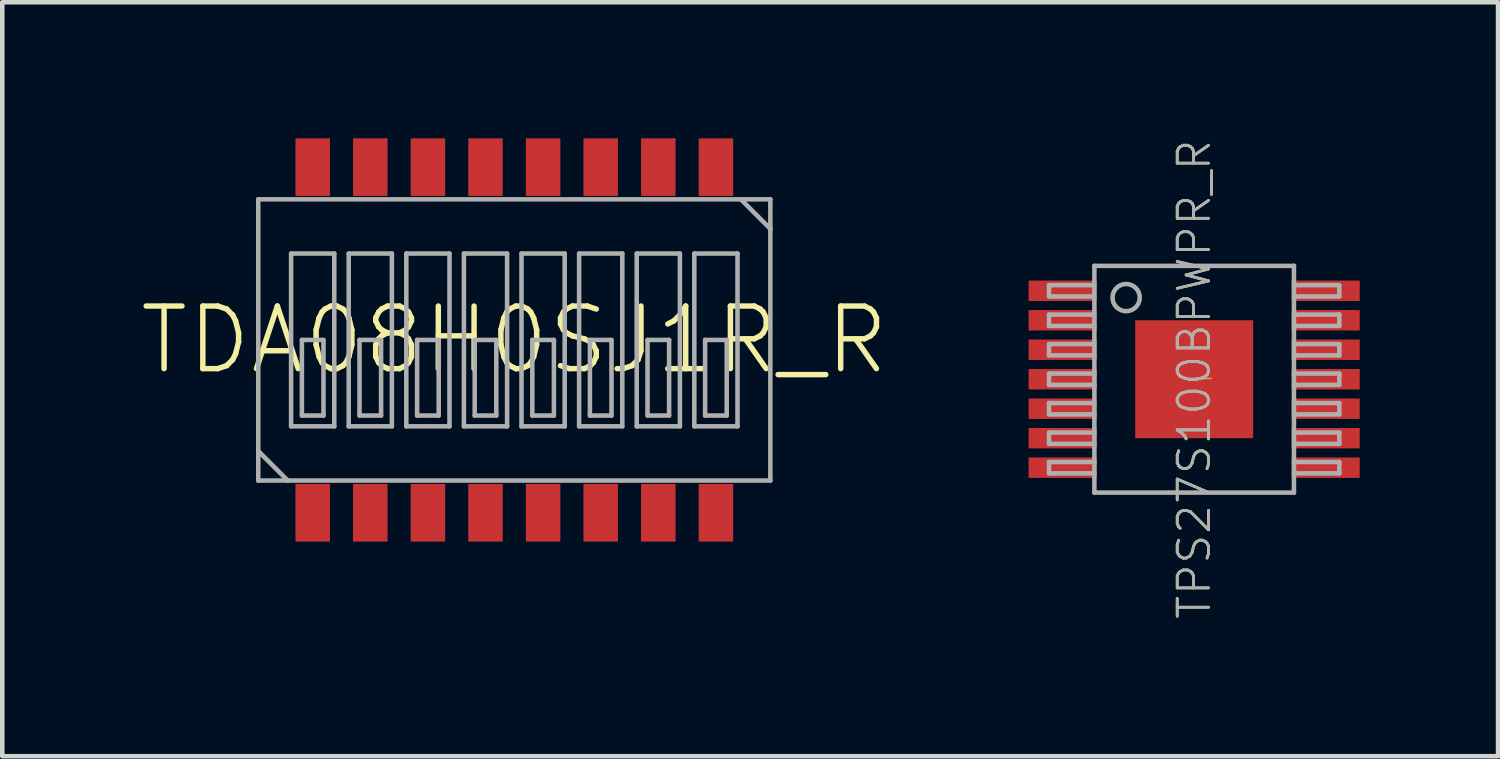
<source format=kicad_pcb>
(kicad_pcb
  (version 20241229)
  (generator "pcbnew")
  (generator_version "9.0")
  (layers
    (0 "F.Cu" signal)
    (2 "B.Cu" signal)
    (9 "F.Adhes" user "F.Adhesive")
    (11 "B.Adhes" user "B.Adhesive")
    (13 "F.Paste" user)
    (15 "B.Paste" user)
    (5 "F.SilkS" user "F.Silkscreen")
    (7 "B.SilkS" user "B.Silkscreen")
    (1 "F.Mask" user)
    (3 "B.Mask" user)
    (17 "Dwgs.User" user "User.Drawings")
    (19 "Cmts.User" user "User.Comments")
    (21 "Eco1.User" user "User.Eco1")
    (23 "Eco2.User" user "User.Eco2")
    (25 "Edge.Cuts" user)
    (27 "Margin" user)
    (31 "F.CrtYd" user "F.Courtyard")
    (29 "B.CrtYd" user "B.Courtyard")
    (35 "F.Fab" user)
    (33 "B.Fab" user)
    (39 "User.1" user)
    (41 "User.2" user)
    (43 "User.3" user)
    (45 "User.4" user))
  (footprint "TPS27S100BPWPR_R"
    (layer "F.Cu")
    (at 23.278 5.311)
    (property "Reference" "TPS27S100BPWPR_R" (at 0 0 0) (unlocked yes) (layer "F.SilkS") (effects (font (size 0.025 0.025) (thickness 0.15)) (justify left bottom)))
    (property "Value" "TPS27S100BPWPR_R" (at 0 0 0) (unlocked yes) (layer "F.Fab") (hide yes) (effects (font (size 0.025 0.025) (thickness 0.15)) (justify left bottom)))
    (fp_poly (pts (xy -3.7 -1.675) (xy -2.1 -1.675) (xy -2.1 -2.225) (xy -3.7 -2.225)) (stroke (width 0) (type default)) (fill yes) (layer "F.Mask"))
    (fp_poly (pts (xy -3.7 -1.025) (xy -2.1 -1.025) (xy -2.1 -1.575) (xy -3.7 -1.575)) (stroke (width 0) (type default)) (fill yes) (layer "F.Mask"))
    (fp_poly (pts (xy -3.7 -0.375) (xy -2.1 -0.375) (xy -2.1 -0.925) (xy -3.7 -0.925)) (stroke (width 0) (type default)) (fill yes) (layer "F.Mask"))
    (fp_poly (pts (xy -3.7 0.275) (xy -2.1 0.275) (xy -2.1 -0.275) (xy -3.7 -0.275)) (stroke (width 0) (type default)) (fill yes) (layer "F.Mask"))
    (fp_poly (pts (xy -3.7 0.925) (xy -2.1 0.925) (xy -2.1 0.375) (xy -3.7 0.375)) (stroke (width 0) (type default)) (fill yes) (layer "F.Mask"))
    (fp_poly (pts (xy -3.7 1.575) (xy -2.1 1.575) (xy -2.1 1.025) (xy -3.7 1.025)) (stroke (width 0) (type default)) (fill yes) (layer "F.Mask"))
    (fp_poly (pts (xy -3.7 2.225) (xy -2.1 2.225) (xy -2.1 1.675) (xy -3.7 1.675)) (stroke (width 0) (type default)) (fill yes) (layer "F.Mask"))
    (fp_poly (pts (xy -1.3 1.3) (xy 1.3 1.3) (xy 1.3 -1.3) (xy -1.3 -1.3)) (stroke (width 0) (type default)) (fill yes) (layer "F.Mask"))
    (fp_poly (pts (xy 3.7 -2.225) (xy 2.1 -2.225) (xy 2.1 -1.675) (xy 3.7 -1.675)) (stroke (width 0) (type default)) (fill yes) (layer "F.Mask"))
    (fp_poly (pts (xy 3.7 -1.575) (xy 2.1 -1.575) (xy 2.1 -1.025) (xy 3.7 -1.025)) (stroke (width 0) (type default)) (fill yes) (layer "F.Mask"))
    (fp_poly (pts (xy 3.7 -0.925) (xy 2.1 -0.925) (xy 2.1 -0.375) (xy 3.7 -0.375)) (stroke (width 0) (type default)) (fill yes) (layer "F.Mask"))
    (fp_poly (pts (xy 3.7 -0.275) (xy 2.1 -0.275) (xy 2.1 0.275) (xy 3.7 0.275)) (stroke (width 0) (type default)) (fill yes) (layer "F.Mask"))
    (fp_poly (pts (xy 3.7 0.375) (xy 2.1 0.375) (xy 2.1 0.925) (xy 3.7 0.925)) (stroke (width 0) (type default)) (fill yes) (layer "F.Mask"))
    (fp_poly (pts (xy 3.7 1.025) (xy 2.1 1.025) (xy 2.1 1.575) (xy 3.7 1.575)) (stroke (width 0) (type default)) (fill yes) (layer "F.Mask"))
    (fp_poly (pts (xy 3.7 1.675) (xy 2.1 1.675) (xy 2.1 2.225) (xy 3.7 2.225)) (stroke (width 0) (type default)) (fill yes) (layer "F.Mask"))
    (fp_poly (pts (xy -2.15 -1.725) (xy -3.65 -1.725) (xy -3.65 -2.175) (xy -2.15 -2.175)) (stroke (width 0) (type default)) (fill yes) (layer "F.Paste"))
    (fp_poly (pts (xy -2.15 -1.075) (xy -3.65 -1.075) (xy -3.65 -1.525) (xy -2.15 -1.525)) (stroke (width 0) (type default)) (fill yes) (layer "F.Paste"))
    (fp_poly (pts (xy -2.15 -0.425) (xy -3.65 -0.425) (xy -3.65 -0.875) (xy -2.15 -0.875)) (stroke (width 0) (type default)) (fill yes) (layer "F.Paste"))
    (fp_poly (pts (xy -2.15 0.225) (xy -3.65 0.225) (xy -3.65 -0.225) (xy -2.15 -0.225)) (stroke (width 0) (type default)) (fill yes) (layer "F.Paste"))
    (fp_poly (pts (xy -2.15 0.875) (xy -3.65 0.875) (xy -3.65 0.425) (xy -2.15 0.425)) (stroke (width 0) (type default)) (fill yes) (layer "F.Paste"))
    (fp_poly (pts (xy -2.15 1.525) (xy -3.65 1.525) (xy -3.65 1.075) (xy -2.15 1.075)) (stroke (width 0) (type default)) (fill yes) (layer "F.Paste"))
    (fp_poly (pts (xy -2.15 2.175) (xy -3.65 2.175) (xy -3.65 1.725) (xy -2.15 1.725)) (stroke (width 0) (type default)) (fill yes) (layer "F.Paste"))
    (fp_poly (pts (xy 3.65 -1.725) (xy 2.15 -1.725) (xy 2.15 -2.175) (xy 3.65 -2.175)) (stroke (width 0) (type default)) (fill yes) (layer "F.Paste"))
    (fp_poly (pts (xy 3.65 -1.075) (xy 2.15 -1.075) (xy 2.15 -1.525) (xy 3.65 -1.525)) (stroke (width 0) (type default)) (fill yes) (layer "F.Paste"))
    (fp_poly (pts (xy 3.65 -0.425) (xy 2.15 -0.425) (xy 2.15 -0.875) (xy 3.65 -0.875)) (stroke (width 0) (type default)) (fill yes) (layer "F.Paste"))
    (fp_poly (pts (xy 3.65 0.225) (xy 2.15 0.225) (xy 2.15 -0.225) (xy 3.65 -0.225)) (stroke (width 0) (type default)) (fill yes) (layer "F.Paste"))
    (fp_poly (pts (xy 3.65 0.875) (xy 2.15 0.875) (xy 2.15 0.425) (xy 3.65 0.425)) (stroke (width 0) (type default)) (fill yes) (layer "F.Paste"))
    (fp_poly (pts (xy 3.65 1.525) (xy 2.15 1.525) (xy 2.15 1.075) (xy 3.65 1.075)) (stroke (width 0) (type default)) (fill yes) (layer "F.Paste"))
    (fp_poly (pts (xy 3.65 2.175) (xy 2.15 2.175) (xy 2.15 1.725) (xy 3.65 1.725)) (stroke (width 0) (type default)) (fill yes) (layer "F.Paste"))
    (fp_line (start -3.2 -2.075) (end -3.2 -1.825) (stroke (width 0.1) (type solid)) (layer "F.Fab"))
    (fp_line (start -3.2 -2.075) (end -2.2 -2.075) (stroke (width 0.1) (type solid)) (layer "F.Fab"))
    (fp_line (start -3.2 -1.825) (end -2.2 -1.825) (stroke (width 0.1) (type solid)) (layer "F.Fab"))
    (fp_line (start -3.2 -1.425) (end -3.2 -1.175) (stroke (width 0.1) (type solid)) (layer "F.Fab"))
    (fp_line (start -3.2 -1.425) (end -2.2 -1.425) (stroke (width 0.1) (type solid)) (layer "F.Fab"))
    (fp_line (start -3.2 -1.175) (end -2.2 -1.175) (stroke (width 0.1) (type solid)) (layer "F.Fab"))
    (fp_line (start -3.2 -0.775) (end -3.2 -0.525) (stroke (width 0.1) (type solid)) (layer "F.Fab"))
    (fp_line (start -3.2 -0.775) (end -2.2 -0.775) (stroke (width 0.1) (type solid)) (layer "F.Fab"))
    (fp_line (start -3.2 -0.525) (end -2.2 -0.525) (stroke (width 0.1) (type solid)) (layer "F.Fab"))
    (fp_line (start -3.2 -0.125) (end -3.2 0.125) (stroke (width 0.1) (type solid)) (layer "F.Fab"))
    (fp_line (start -3.2 -0.125) (end -2.2 -0.125) (stroke (width 0.1) (type solid)) (layer "F.Fab"))
    (fp_line (start -3.2 0.125) (end -2.2 0.125) (stroke (width 0.1) (type solid)) (layer "F.Fab"))
    (fp_line (start -3.2 0.525) (end -3.2 0.775) (stroke (width 0.1) (type solid)) (layer "F.Fab"))
    (fp_line (start -3.2 0.525) (end -2.2 0.525) (stroke (width 0.1) (type solid)) (layer "F.Fab"))
    (fp_line (start -3.2 0.775) (end -2.2 0.775) (stroke (width 0.1) (type solid)) (layer "F.Fab"))
    (fp_line (start -3.2 1.175) (end -3.2 1.425) (stroke (width 0.1) (type solid)) (layer "F.Fab"))
    (fp_line (start -3.2 1.175) (end -2.2 1.175) (stroke (width 0.1) (type solid)) (layer "F.Fab"))
    (fp_line (start -3.2 1.425) (end -2.2 1.425) (stroke (width 0.1) (type solid)) (layer "F.Fab"))
    (fp_line (start -3.2 1.825) (end -3.2 2.075) (stroke (width 0.1) (type solid)) (layer "F.Fab"))
    (fp_line (start -3.2 1.825) (end -2.2 1.825) (stroke (width 0.1) (type solid)) (layer "F.Fab"))
    (fp_line (start -3.2 2.075) (end -2.2 2.075) (stroke (width 0.1) (type solid)) (layer "F.Fab"))
    (fp_line (start -2.2 -2.5) (end -2.2 -0.125) (stroke (width 0.1) (type solid)) (layer "F.Fab"))
    (fp_line (start -2.2 -0.125) (end -2.2 0.125) (stroke (width 0.1) (type solid)) (layer "F.Fab"))
    (fp_line (start -2.2 0.125) (end -2.2 2.5) (stroke (width 0.1) (type solid)) (layer "F.Fab"))
    (fp_line (start -2.2 2.5) (end 2.2 2.5) (stroke (width 0.1) (type solid)) (layer "F.Fab"))
    (fp_line (start 2.2 -2.5) (end -2.2 -2.5) (stroke (width 0.1) (type solid)) (layer "F.Fab"))
    (fp_line (start 2.2 2.5) (end 2.2 -2.5) (stroke (width 0.1) (type solid)) (layer "F.Fab"))
    (fp_line (start 3.2 -2.075) (end 2.2 -2.075) (stroke (width 0.1) (type solid)) (layer "F.Fab"))
    (fp_line (start 3.2 -1.825) (end 2.2 -1.825) (stroke (width 0.1) (type solid)) (layer "F.Fab"))
    (fp_line (start 3.2 -1.825) (end 3.2 -2.075) (stroke (width 0.1) (type solid)) (layer "F.Fab"))
    (fp_line (start 3.2 -1.425) (end 2.2 -1.425) (stroke (width 0.1) (type solid)) (layer "F.Fab"))
    (fp_line (start 3.2 -1.175) (end 2.2 -1.175) (stroke (width 0.1) (type solid)) (layer "F.Fab"))
    (fp_line (start 3.2 -1.175) (end 3.2 -1.425) (stroke (width 0.1) (type solid)) (layer "F.Fab"))
    (fp_line (start 3.2 -0.775) (end 2.2 -0.775) (stroke (width 0.1) (type solid)) (layer "F.Fab"))
    (fp_line (start 3.2 -0.525) (end 2.2 -0.525) (stroke (width 0.1) (type solid)) (layer "F.Fab"))
    (fp_line (start 3.2 -0.525) (end 3.2 -0.775) (stroke (width 0.1) (type solid)) (layer "F.Fab"))
    (fp_line (start 3.2 -0.125) (end 2.2 -0.125) (stroke (width 0.1) (type solid)) (layer "F.Fab"))
    (fp_line (start 3.2 0.125) (end 2.2 0.125) (stroke (width 0.1) (type solid)) (layer "F.Fab"))
    (fp_line (start 3.2 0.125) (end 3.2 -0.125) (stroke (width 0.1) (type solid)) (layer "F.Fab"))
    (fp_line (start 3.2 0.525) (end 2.2 0.525) (stroke (width 0.1) (type solid)) (layer "F.Fab"))
    (fp_line (start 3.2 0.775) (end 2.2 0.775) (stroke (width 0.1) (type solid)) (layer "F.Fab"))
    (fp_line (start 3.2 0.775) (end 3.2 0.525) (stroke (width 0.1) (type solid)) (layer "F.Fab"))
    (fp_line (start 3.2 1.175) (end 2.2 1.175) (stroke (width 0.1) (type solid)) (layer "F.Fab"))
    (fp_line (start 3.2 1.425) (end 2.2 1.425) (stroke (width 0.1) (type solid)) (layer "F.Fab"))
    (fp_line (start 3.2 1.425) (end 3.2 1.175) (stroke (width 0.1) (type solid)) (layer "F.Fab"))
    (fp_line (start 3.2 1.825) (end 2.2 1.825) (stroke (width 0.1) (type solid)) (layer "F.Fab"))
    (fp_line (start 3.2 2.075) (end 2.2 2.075) (stroke (width 0.1) (type solid)) (layer "F.Fab"))
    (fp_line (start 3.2 2.075) (end 3.2 1.825) (stroke (width 0.1) (type solid)) (layer "F.Fab"))
    (fp_circle (center -1.5 -1.8) (end -1.2 -1.8) (stroke (width 0.1) (type solid)) (fill no) (layer "F.Fab"))
    (fp_text user "${REFERENCE}" (at 0 0 90) (layer "F.SilkS") (effects (font (size 0.69 0.69) (thickness 0.06))))
    (fp_text user "${VALUE}" (at 0 0 90) (layer "F.Fab") (effects (font (size 0.69 0.69) (thickness 0.06))))
    (pad "1" smd rect (at -2.9 -1.95) (size 1.5 0.45) (layers "F.Cu"))
    (pad "2" smd rect (at -2.9 -1.3) (size 1.5 0.45) (layers "F.Cu"))
    (pad "3" smd rect (at -2.9 -0.65) (size 1.5 0.45) (layers "F.Cu"))
    (pad "4" smd rect (at -2.9 0) (size 1.5 0.45) (layers "F.Cu"))
    (pad "5" smd rect (at -2.9 0.65) (size 1.5 0.45) (layers "F.Cu"))
    (pad "6" smd rect (at -2.9 1.3) (size 1.5 0.45) (layers "F.Cu"))
    (pad "7" smd rect (at -2.9 1.95) (size 1.5 0.45) (layers "F.Cu"))
    (pad "8" smd rect (at 2.9 1.95) (size 1.5 0.45) (layers "F.Cu"))
    (pad "9" smd rect (at 2.9 1.3) (size 1.5 0.45) (layers "F.Cu"))
    (pad "10" smd rect (at 2.9 0.65) (size 1.5 0.45) (layers "F.Cu"))
    (pad "11" smd rect (at 2.9 0) (size 1.5 0.45) (layers "F.Cu"))
    (pad "12" smd rect (at 2.9 -0.65) (size 1.5 0.45) (layers "F.Cu"))
    (pad "13" smd rect (at 2.9 -1.3) (size 1.5 0.45) (layers "F.Cu"))
    (pad "14" smd rect (at 2.9 -1.95) (size 1.5 0.45) (layers "F.Cu"))
    (pad "THERMAL" smd rect (at 0 0) (size 2.6 2.6) (layers "F.Cu")))
  (footprint "TDA08H0SJ1R_R"
    (layer "F.Cu")
    (at 8.289 4.445)
    (property "Reference" "TDA08H0SJ1R_R" (at 0 0 0) (unlocked yes) (layer "F.SilkS") (effects (font (size 1.38 1.38) (thickness 0.12))))
    (fp_poly (pts (xy -4.065 -3.175) (xy -4.825 -3.175) (xy -4.825 -4.445) (xy -4.065 -4.445)) (stroke (width 0) (type default)) (fill yes) (layer "F.Paste"))
    (fp_poly (pts (xy -4.065 4.445) (xy -4.825 4.445) (xy -4.825 3.175) (xy -4.065 3.175)) (stroke (width 0) (type default)) (fill yes) (layer "F.Paste"))
    (fp_poly (pts (xy -2.795 -3.175) (xy -3.555 -3.175) (xy -3.555 -4.445) (xy -2.795 -4.445)) (stroke (width 0) (type default)) (fill yes) (layer "F.Paste"))
    (fp_poly (pts (xy -2.795 4.445) (xy -3.555 4.445) (xy -3.555 3.175) (xy -2.795 3.175)) (stroke (width 0) (type default)) (fill yes) (layer "F.Paste"))
    (fp_poly (pts (xy -1.525 -3.175) (xy -2.285 -3.175) (xy -2.285 -4.445) (xy -1.525 -4.445)) (stroke (width 0) (type default)) (fill yes) (layer "F.Paste"))
    (fp_poly (pts (xy -1.525 4.445) (xy -2.285 4.445) (xy -2.285 3.175) (xy -1.525 3.175)) (stroke (width 0) (type default)) (fill yes) (layer "F.Paste"))
    (fp_poly (pts (xy -0.255 -3.175) (xy -1.015 -3.175) (xy -1.015 -4.445) (xy -0.255 -4.445)) (stroke (width 0) (type default)) (fill yes) (layer "F.Paste"))
    (fp_poly (pts (xy -0.255 4.445) (xy -1.015 4.445) (xy -1.015 3.175) (xy -0.255 3.175)) (stroke (width 0) (type default)) (fill yes) (layer "F.Paste"))
    (fp_poly (pts (xy 1.015 -3.175) (xy 0.255 -3.175) (xy 0.255 -4.445) (xy 1.015 -4.445)) (stroke (width 0) (type default)) (fill yes) (layer "F.Paste"))
    (fp_poly (pts (xy 1.015 4.445) (xy 0.255 4.445) (xy 0.255 3.175) (xy 1.015 3.175)) (stroke (width 0) (type default)) (fill yes) (layer "F.Paste"))
    (fp_poly (pts (xy 2.285 -3.175) (xy 1.525 -3.175) (xy 1.525 -4.445) (xy 2.285 -4.445)) (stroke (width 0) (type default)) (fill yes) (layer "F.Paste"))
    (fp_poly (pts (xy 2.285 4.445) (xy 1.525 4.445) (xy 1.525 3.175) (xy 2.285 3.175)) (stroke (width 0) (type default)) (fill yes) (layer "F.Paste"))
    (fp_poly (pts (xy 3.555 -3.175) (xy 2.795 -3.175) (xy 2.795 -4.445) (xy 3.555 -4.445)) (stroke (width 0) (type default)) (fill yes) (layer "F.Paste"))
    (fp_poly (pts (xy 3.555 4.445) (xy 2.795 4.445) (xy 2.795 3.175) (xy 3.555 3.175)) (stroke (width 0) (type default)) (fill yes) (layer "F.Paste"))
    (fp_poly (pts (xy 4.825 -3.175) (xy 4.065 -3.175) (xy 4.065 -4.445) (xy 4.825 -4.445)) (stroke (width 0) (type default)) (fill yes) (layer "F.Paste"))
    (fp_poly (pts (xy 4.825 4.445) (xy 4.065 4.445) (xy 4.065 3.175) (xy 4.825 3.175)) (stroke (width 0) (type default)) (fill yes) (layer "F.Paste"))
    (fp_line (start -5.645 -3.1) (end 4.995 -3.1) (stroke (width 0.1) (type solid)) (layer "F.Fab"))
    (fp_line (start -5.645 2.45) (end -5.645 -3.1) (stroke (width 0.1) (type solid)) (layer "F.Fab"))
    (fp_line (start -5.645 2.45) (end -4.995 3.1) (stroke (width 0.1) (type solid)) (layer "F.Fab"))
    (fp_line (start -5.645 3.1) (end -5.645 2.45) (stroke (width 0.1) (type solid)) (layer "F.Fab"))
    (fp_line (start -4.995 3.1) (end -5.645 3.1) (stroke (width 0.1) (type solid)) (layer "F.Fab"))
    (fp_line (start -4.921 -1.905) (end -3.969 -1.905) (stroke (width 0.1) (type solid)) (layer "F.Fab"))
    (fp_line (start -4.921 1.905) (end -4.921 -1.905) (stroke (width 0.1) (type solid)) (layer "F.Fab"))
    (fp_line (start -4.683 0) (end -4.207 0) (stroke (width 0.1) (type solid)) (layer "F.Fab"))
    (fp_line (start -4.683 1.667) (end -4.683 0) (stroke (width 0.1) (type solid)) (layer "F.Fab"))
    (fp_line (start -4.207 0) (end -4.207 1.667) (stroke (width 0.1) (type solid)) (layer "F.Fab"))
    (fp_line (start -4.207 1.667) (end -4.683 1.667) (stroke (width 0.1) (type solid)) (layer "F.Fab"))
    (fp_line (start -3.969 -1.905) (end -3.969 1.905) (stroke (width 0.1) (type solid)) (layer "F.Fab"))
    (fp_line (start -3.969 1.905) (end -4.921 1.905) (stroke (width 0.1) (type solid)) (layer "F.Fab"))
    (fp_line (start -3.651 -1.905) (end -2.699 -1.905) (stroke (width 0.1) (type solid)) (layer "F.Fab"))
    (fp_line (start -3.651 1.905) (end -3.651 -1.905) (stroke (width 0.1) (type solid)) (layer "F.Fab"))
    (fp_line (start -3.413 0) (end -2.937 0) (stroke (width 0.1) (type solid)) (layer "F.Fab"))
    (fp_line (start -3.413 1.667) (end -3.413 0) (stroke (width 0.1) (type solid)) (layer "F.Fab"))
    (fp_line (start -2.937 0) (end -2.937 1.667) (stroke (width 0.1) (type solid)) (layer "F.Fab"))
    (fp_line (start -2.937 1.667) (end -3.413 1.667) (stroke (width 0.1) (type solid)) (layer "F.Fab"))
    (fp_line (start -2.699 -1.905) (end -2.699 1.905) (stroke (width 0.1) (type solid)) (layer "F.Fab"))
    (fp_line (start -2.699 1.905) (end -3.651 1.905) (stroke (width 0.1) (type solid)) (layer "F.Fab"))
    (fp_line (start -2.381 -1.905) (end -1.429 -1.905) (stroke (width 0.1) (type solid)) (layer "F.Fab"))
    (fp_line (start -2.381 1.905) (end -2.381 -1.905) (stroke (width 0.1) (type solid)) (layer "F.Fab"))
    (fp_line (start -2.143 0) (end -1.667 0) (stroke (width 0.1) (type solid)) (layer "F.Fab"))
    (fp_line (start -2.143 1.667) (end -2.143 0) (stroke (width 0.1) (type solid)) (layer "F.Fab"))
    (fp_line (start -1.667 0) (end -1.667 1.667) (stroke (width 0.1) (type solid)) (layer "F.Fab"))
    (fp_line (start -1.667 1.667) (end -2.143 1.667) (stroke (width 0.1) (type solid)) (layer "F.Fab"))
    (fp_line (start -1.429 -1.905) (end -1.429 1.905) (stroke (width 0.1) (type solid)) (layer "F.Fab"))
    (fp_line (start -1.429 1.905) (end -2.381 1.905) (stroke (width 0.1) (type solid)) (layer "F.Fab"))
    (fp_line (start -1.111 -1.905) (end -0.159 -1.905) (stroke (width 0.1) (type solid)) (layer "F.Fab"))
    (fp_line (start -1.111 1.905) (end -1.111 -1.905) (stroke (width 0.1) (type solid)) (layer "F.Fab"))
    (fp_line (start -0.873 0) (end -0.397 0) (stroke (width 0.1) (type solid)) (layer "F.Fab"))
    (fp_line (start -0.873 1.667) (end -0.873 0) (stroke (width 0.1) (type solid)) (layer "F.Fab"))
    (fp_line (start -0.397 0) (end -0.397 1.667) (stroke (width 0.1) (type solid)) (layer "F.Fab"))
    (fp_line (start -0.397 1.667) (end -0.873 1.667) (stroke (width 0.1) (type solid)) (layer "F.Fab"))
    (fp_line (start -0.159 -1.905) (end -0.159 1.905) (stroke (width 0.1) (type solid)) (layer "F.Fab"))
    (fp_line (start -0.159 1.905) (end -1.111 1.905) (stroke (width 0.1) (type solid)) (layer "F.Fab"))
    (fp_line (start 0.159 -1.905) (end 1.111 -1.905) (stroke (width 0.1) (type solid)) (layer "F.Fab"))
    (fp_line (start 0.159 1.905) (end 0.159 -1.905) (stroke (width 0.1) (type solid)) (layer "F.Fab"))
    (fp_line (start 0.397 0) (end 0.873 0) (stroke (width 0.1) (type solid)) (layer "F.Fab"))
    (fp_line (start 0.397 1.667) (end 0.397 0) (stroke (width 0.1) (type solid)) (layer "F.Fab"))
    (fp_line (start 0.873 0) (end 0.873 1.667) (stroke (width 0.1) (type solid)) (layer "F.Fab"))
    (fp_line (start 0.873 1.667) (end 0.397 1.667) (stroke (width 0.1) (type solid)) (layer "F.Fab"))
    (fp_line (start 1.111 -1.905) (end 1.111 1.905) (stroke (width 0.1) (type solid)) (layer "F.Fab"))
    (fp_line (start 1.111 1.905) (end 0.159 1.905) (stroke (width 0.1) (type solid)) (layer "F.Fab"))
    (fp_line (start 1.429 -1.905) (end 2.381 -1.905) (stroke (width 0.1) (type solid)) (layer "F.Fab"))
    (fp_line (start 1.429 1.905) (end 1.429 -1.905) (stroke (width 0.1) (type solid)) (layer "F.Fab"))
    (fp_line (start 1.667 0) (end 2.143 0) (stroke (width 0.1) (type solid)) (layer "F.Fab"))
    (fp_line (start 1.667 1.667) (end 1.667 0) (stroke (width 0.1) (type solid)) (layer "F.Fab"))
    (fp_line (start 2.143 0) (end 2.143 1.667) (stroke (width 0.1) (type solid)) (layer "F.Fab"))
    (fp_line (start 2.143 1.667) (end 1.667 1.667) (stroke (width 0.1) (type solid)) (layer "F.Fab"))
    (fp_line (start 2.381 -1.905) (end 2.381 1.905) (stroke (width 0.1) (type solid)) (layer "F.Fab"))
    (fp_line (start 2.381 1.905) (end 1.429 1.905) (stroke (width 0.1) (type solid)) (layer "F.Fab"))
    (fp_line (start 2.699 -1.905) (end 3.651 -1.905) (stroke (width 0.1) (type solid)) (layer "F.Fab"))
    (fp_line (start 2.699 1.905) (end 2.699 -1.905) (stroke (width 0.1) (type solid)) (layer "F.Fab"))
    (fp_line (start 2.937 0) (end 3.413 0) (stroke (width 0.1) (type solid)) (layer "F.Fab"))
    (fp_line (start 2.937 1.667) (end 2.937 0) (stroke (width 0.1) (type solid)) (layer "F.Fab"))
    (fp_line (start 3.413 0) (end 3.413 1.667) (stroke (width 0.1) (type solid)) (layer "F.Fab"))
    (fp_line (start 3.413 1.667) (end 2.937 1.667) (stroke (width 0.1) (type solid)) (layer "F.Fab"))
    (fp_line (start 3.651 -1.905) (end 3.651 1.905) (stroke (width 0.1) (type solid)) (layer "F.Fab"))
    (fp_line (start 3.651 1.905) (end 2.699 1.905) (stroke (width 0.1) (type solid)) (layer "F.Fab"))
    (fp_line (start 3.969 -1.905) (end 4.921 -1.905) (stroke (width 0.1) (type solid)) (layer "F.Fab"))
    (fp_line (start 3.969 1.905) (end 3.969 -1.905) (stroke (width 0.1) (type solid)) (layer "F.Fab"))
    (fp_line (start 4.207 0) (end 4.683 0) (stroke (width 0.1) (type solid)) (layer "F.Fab"))
    (fp_line (start 4.207 1.667) (end 4.207 0) (stroke (width 0.1) (type solid)) (layer "F.Fab"))
    (fp_line (start 4.683 0) (end 4.683 1.667) (stroke (width 0.1) (type solid)) (layer "F.Fab"))
    (fp_line (start 4.683 1.667) (end 4.207 1.667) (stroke (width 0.1) (type solid)) (layer "F.Fab"))
    (fp_line (start 4.921 -1.905) (end 4.921 1.905) (stroke (width 0.1) (type solid)) (layer "F.Fab"))
    (fp_line (start 4.921 1.905) (end 3.969 1.905) (stroke (width 0.1) (type solid)) (layer "F.Fab"))
    (fp_line (start 4.995 -3.1) (end 5.645 -3.1) (stroke (width 0.1) (type solid)) (layer "F.Fab"))
    (fp_line (start 4.995 -3.1) (end 5.645 -2.45) (stroke (width 0.1) (type solid)) (layer "F.Fab"))
    (fp_line (start 5.645 -3.1) (end 5.645 -2.45) (stroke (width 0.1) (type solid)) (layer "F.Fab"))
    (fp_line (start 5.645 -2.45) (end 5.645 3.1) (stroke (width 0.1) (type solid)) (layer "F.Fab"))
    (fp_line (start 5.645 3.1) (end -4.995 3.1) (stroke (width 0.1) (type solid)) (layer "F.Fab"))
    (pad "1A" smd rect (at -4.445 3.81) (size 0.76 1.27) (layers "F.Cu" "F.Mask"))
    (pad "1B" smd rect (at -4.445 -3.81) (size 0.76 1.27) (layers "F.Cu" "F.Mask"))
    (pad "2A" smd rect (at -3.175 3.81) (size 0.76 1.27) (layers "F.Cu" "F.Mask"))
    (pad "2B" smd rect (at -3.175 -3.81) (size 0.76 1.27) (layers "F.Cu" "F.Mask"))
    (pad "3A" smd rect (at -1.905 3.81) (size 0.76 1.27) (layers "F.Cu" "F.Mask"))
    (pad "3B" smd rect (at -1.905 -3.81) (size 0.76 1.27) (layers "F.Cu" "F.Mask"))
    (pad "4A" smd rect (at -0.635 3.81) (size 0.76 1.27) (layers "F.Cu" "F.Mask"))
    (pad "4B" smd rect (at -0.635 -3.81) (size 0.76 1.27) (layers "F.Cu" "F.Mask"))
    (pad "5A" smd rect (at 0.635 3.81) (size 0.76 1.27) (layers "F.Cu" "F.Mask"))
    (pad "5B" smd rect (at 0.635 -3.81) (size 0.76 1.27) (layers "F.Cu" "F.Mask"))
    (pad "6A" smd rect (at 1.905 3.81) (size 0.76 1.27) (layers "F.Cu" "F.Mask"))
    (pad "6B" smd rect (at 1.905 -3.81) (size 0.76 1.27) (layers "F.Cu" "F.Mask"))
    (pad "7A" smd rect (at 3.175 3.81) (size 0.76 1.27) (layers "F.Cu" "F.Mask"))
    (pad "7B" smd rect (at 3.175 -3.81) (size 0.76 1.27) (layers "F.Cu" "F.Mask"))
    (pad "8A" smd rect (at 4.445 3.81) (size 0.76 1.27) (layers "F.Cu" "F.Mask"))
    (pad "8B" smd rect (at 4.445 -3.81) (size 0.76 1.27) (layers "F.Cu" "F.Mask")))
  (gr_rect
    (start -3 -3)
    (end 29.978 13.622)
    (stroke (width 0.1) (type default))
    (fill no)
    (layer "Edge.Cuts")))
</source>
